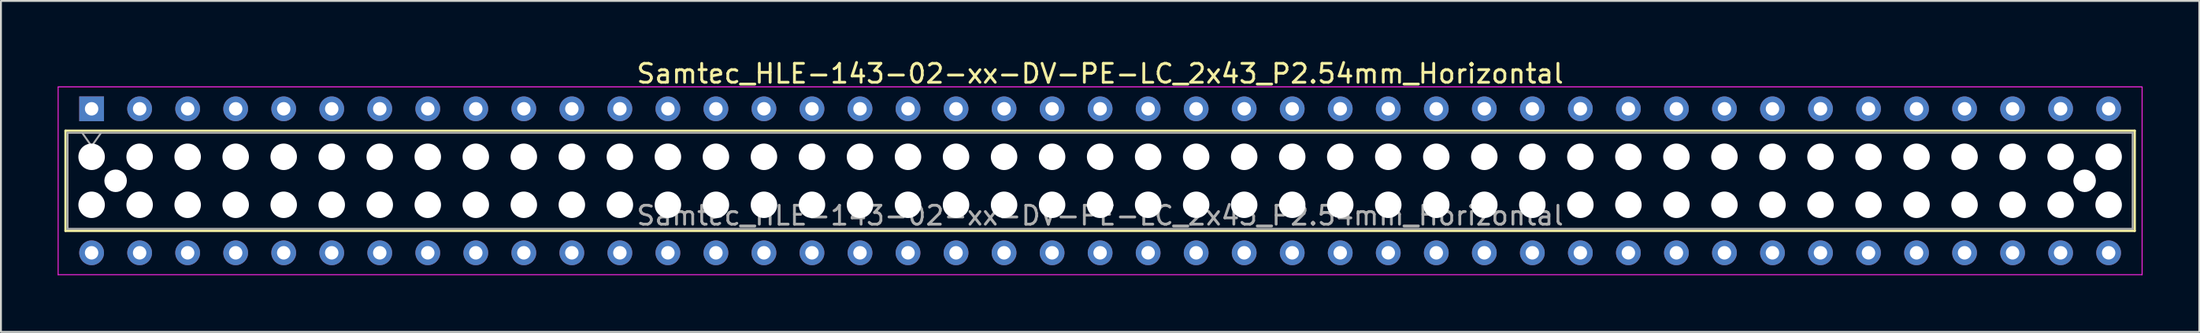
<source format=kicad_pcb>
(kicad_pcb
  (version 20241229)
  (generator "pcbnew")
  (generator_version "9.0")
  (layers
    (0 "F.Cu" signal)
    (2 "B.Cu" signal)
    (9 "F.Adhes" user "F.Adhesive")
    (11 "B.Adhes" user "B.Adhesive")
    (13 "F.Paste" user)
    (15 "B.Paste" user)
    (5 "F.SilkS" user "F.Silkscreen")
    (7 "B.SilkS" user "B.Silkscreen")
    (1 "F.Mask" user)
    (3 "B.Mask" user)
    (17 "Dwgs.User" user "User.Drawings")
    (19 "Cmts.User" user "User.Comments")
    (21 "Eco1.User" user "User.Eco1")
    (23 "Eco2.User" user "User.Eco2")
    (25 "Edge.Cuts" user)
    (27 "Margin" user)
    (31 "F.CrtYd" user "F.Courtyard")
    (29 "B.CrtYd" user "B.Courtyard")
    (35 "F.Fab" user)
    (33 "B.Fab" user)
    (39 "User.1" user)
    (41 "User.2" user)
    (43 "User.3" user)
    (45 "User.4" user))
  (footprint "Samtec_HLE-143-02-xx-DV-PE-LC_2x43_P2.54mm_Horizontal"
    (layer "F.Cu")
    (at 1.795 2.708)
    (property "Reference" "Samtec_HLE-143-02-xx-DV-PE-LC_2x43_P2.54mm_Horizontal" (at 53.34 -1.86 0) (layer "F.SilkS") (effects (font (size 1 1) (thickness 0.15))))
    (attr through_hole)
    (fp_line (start -1.38 1.16) (end 108.06 1.16) (stroke (width 0.12) (type solid)) (layer "F.SilkS"))
    (fp_line (start -1.38 6.46) (end -1.38 1.16) (stroke (width 0.12) (type solid)) (layer "F.SilkS"))
    (fp_line (start 108.06 1.16) (end 108.06 6.46) (stroke (width 0.12) (type solid)) (layer "F.SilkS"))
    (fp_line (start 108.06 6.46) (end -1.38 6.46) (stroke (width 0.12) (type solid)) (layer "F.SilkS"))
    (fp_line (start -1.77 -1.16) (end 108.45 -1.16) (stroke (width 0.05) (type solid)) (layer "F.CrtYd"))
    (fp_line (start -1.77 8.78) (end -1.77 -1.16) (stroke (width 0.05) (type solid)) (layer "F.CrtYd"))
    (fp_line (start 108.45 -1.16) (end 108.45 8.78) (stroke (width 0.05) (type solid)) (layer "F.CrtYd"))
    (fp_line (start 108.45 8.78) (end -1.77 8.78) (stroke (width 0.05) (type solid)) (layer "F.CrtYd"))
    (fp_line (start -1.27 1.27) (end 107.95 1.27) (stroke (width 0.1) (type solid)) (layer "F.Fab"))
    (fp_line (start -1.27 6.35) (end -1.27 1.27) (stroke (width 0.1) (type solid)) (layer "F.Fab"))
    (fp_line (start -0.5 1.27) (end 0 1.977) (stroke (width 0.1) (type solid)) (layer "F.Fab"))
    (fp_line (start 0 1.977) (end 0.5 1.27) (stroke (width 0.1) (type solid)) (layer "F.Fab"))
    (fp_line (start 107.95 1.27) (end 107.95 6.35) (stroke (width 0.1) (type solid)) (layer "F.Fab"))
    (fp_line (start 107.95 6.35) (end -1.27 6.35) (stroke (width 0.1) (type solid)) (layer "F.Fab"))
    (fp_text user "${REFERENCE}" (at 53.34 5.65 0) (layer "F.Fab") (effects (font (size 1 1) (thickness 0.15))))
    (pad "" np_thru_hole circle (at 0 2.54) (size 1.4 1.4) (drill 1.4) (layers "*.Cu" "*.Mask"))
    (pad "" np_thru_hole circle (at 0 5.08) (size 1.4 1.4) (drill 1.4) (layers "*.Cu" "*.Mask"))
    (pad "" np_thru_hole circle (at 1.27 3.81) (size 1.19 1.19) (drill 1.19) (layers "*.Cu" "*.Mask"))
    (pad "" np_thru_hole circle (at 2.54 2.54) (size 1.4 1.4) (drill 1.4) (layers "*.Cu" "*.Mask"))
    (pad "" np_thru_hole circle (at 2.54 5.08) (size 1.4 1.4) (drill 1.4) (layers "*.Cu" "*.Mask"))
    (pad "" np_thru_hole circle (at 5.08 2.54) (size 1.4 1.4) (drill 1.4) (layers "*.Cu" "*.Mask"))
    (pad "" np_thru_hole circle (at 5.08 5.08) (size 1.4 1.4) (drill 1.4) (layers "*.Cu" "*.Mask"))
    (pad "" np_thru_hole circle (at 7.62 2.54) (size 1.4 1.4) (drill 1.4) (layers "*.Cu" "*.Mask"))
    (pad "" np_thru_hole circle (at 7.62 5.08) (size 1.4 1.4) (drill 1.4) (layers "*.Cu" "*.Mask"))
    (pad "" np_thru_hole circle (at 10.16 2.54) (size 1.4 1.4) (drill 1.4) (layers "*.Cu" "*.Mask"))
    (pad "" np_thru_hole circle (at 10.16 5.08) (size 1.4 1.4) (drill 1.4) (layers "*.Cu" "*.Mask"))
    (pad "" np_thru_hole circle (at 12.7 2.54) (size 1.4 1.4) (drill 1.4) (layers "*.Cu" "*.Mask"))
    (pad "" np_thru_hole circle (at 12.7 5.08) (size 1.4 1.4) (drill 1.4) (layers "*.Cu" "*.Mask"))
    (pad "" np_thru_hole circle (at 15.24 2.54) (size 1.4 1.4) (drill 1.4) (layers "*.Cu" "*.Mask"))
    (pad "" np_thru_hole circle (at 15.24 5.08) (size 1.4 1.4) (drill 1.4) (layers "*.Cu" "*.Mask"))
    (pad "" np_thru_hole circle (at 17.78 2.54) (size 1.4 1.4) (drill 1.4) (layers "*.Cu" "*.Mask"))
    (pad "" np_thru_hole circle (at 17.78 5.08) (size 1.4 1.4) (drill 1.4) (layers "*.Cu" "*.Mask"))
    (pad "" np_thru_hole circle (at 20.32 2.54) (size 1.4 1.4) (drill 1.4) (layers "*.Cu" "*.Mask"))
    (pad "" np_thru_hole circle (at 20.32 5.08) (size 1.4 1.4) (drill 1.4) (layers "*.Cu" "*.Mask"))
    (pad "" np_thru_hole circle (at 22.86 2.54) (size 1.4 1.4) (drill 1.4) (layers "*.Cu" "*.Mask"))
    (pad "" np_thru_hole circle (at 22.86 5.08) (size 1.4 1.4) (drill 1.4) (layers "*.Cu" "*.Mask"))
    (pad "" np_thru_hole circle (at 25.4 2.54) (size 1.4 1.4) (drill 1.4) (layers "*.Cu" "*.Mask"))
    (pad "" np_thru_hole circle (at 25.4 5.08) (size 1.4 1.4) (drill 1.4) (layers "*.Cu" "*.Mask"))
    (pad "" np_thru_hole circle (at 27.94 2.54) (size 1.4 1.4) (drill 1.4) (layers "*.Cu" "*.Mask"))
    (pad "" np_thru_hole circle (at 27.94 5.08) (size 1.4 1.4) (drill 1.4) (layers "*.Cu" "*.Mask"))
    (pad "" np_thru_hole circle (at 30.48 2.54) (size 1.4 1.4) (drill 1.4) (layers "*.Cu" "*.Mask"))
    (pad "" np_thru_hole circle (at 30.48 5.08) (size 1.4 1.4) (drill 1.4) (layers "*.Cu" "*.Mask"))
    (pad "" np_thru_hole circle (at 33.02 2.54) (size 1.4 1.4) (drill 1.4) (layers "*.Cu" "*.Mask"))
    (pad "" np_thru_hole circle (at 33.02 5.08) (size 1.4 1.4) (drill 1.4) (layers "*.Cu" "*.Mask"))
    (pad "" np_thru_hole circle (at 35.56 2.54) (size 1.4 1.4) (drill 1.4) (layers "*.Cu" "*.Mask"))
    (pad "" np_thru_hole circle (at 35.56 5.08) (size 1.4 1.4) (drill 1.4) (layers "*.Cu" "*.Mask"))
    (pad "" np_thru_hole circle (at 38.1 2.54) (size 1.4 1.4) (drill 1.4) (layers "*.Cu" "*.Mask"))
    (pad "" np_thru_hole circle (at 38.1 5.08) (size 1.4 1.4) (drill 1.4) (layers "*.Cu" "*.Mask"))
    (pad "" np_thru_hole circle (at 40.64 2.54) (size 1.4 1.4) (drill 1.4) (layers "*.Cu" "*.Mask"))
    (pad "" np_thru_hole circle (at 40.64 5.08) (size 1.4 1.4) (drill 1.4) (layers "*.Cu" "*.Mask"))
    (pad "" np_thru_hole circle (at 43.18 2.54) (size 1.4 1.4) (drill 1.4) (layers "*.Cu" "*.Mask"))
    (pad "" np_thru_hole circle (at 43.18 5.08) (size 1.4 1.4) (drill 1.4) (layers "*.Cu" "*.Mask"))
    (pad "" np_thru_hole circle (at 45.72 2.54) (size 1.4 1.4) (drill 1.4) (layers "*.Cu" "*.Mask"))
    (pad "" np_thru_hole circle (at 45.72 5.08) (size 1.4 1.4) (drill 1.4) (layers "*.Cu" "*.Mask"))
    (pad "" np_thru_hole circle (at 48.26 2.54) (size 1.4 1.4) (drill 1.4) (layers "*.Cu" "*.Mask"))
    (pad "" np_thru_hole circle (at 48.26 5.08) (size 1.4 1.4) (drill 1.4) (layers "*.Cu" "*.Mask"))
    (pad "" np_thru_hole circle (at 50.8 2.54) (size 1.4 1.4) (drill 1.4) (layers "*.Cu" "*.Mask"))
    (pad "" np_thru_hole circle (at 50.8 5.08) (size 1.4 1.4) (drill 1.4) (layers "*.Cu" "*.Mask"))
    (pad "" np_thru_hole circle (at 53.34 2.54) (size 1.4 1.4) (drill 1.4) (layers "*.Cu" "*.Mask"))
    (pad "" np_thru_hole circle (at 53.34 5.08) (size 1.4 1.4) (drill 1.4) (layers "*.Cu" "*.Mask"))
    (pad "" np_thru_hole circle (at 55.88 2.54) (size 1.4 1.4) (drill 1.4) (layers "*.Cu" "*.Mask"))
    (pad "" np_thru_hole circle (at 55.88 5.08) (size 1.4 1.4) (drill 1.4) (layers "*.Cu" "*.Mask"))
    (pad "" np_thru_hole circle (at 58.42 2.54) (size 1.4 1.4) (drill 1.4) (layers "*.Cu" "*.Mask"))
    (pad "" np_thru_hole circle (at 58.42 5.08) (size 1.4 1.4) (drill 1.4) (layers "*.Cu" "*.Mask"))
    (pad "" np_thru_hole circle (at 60.96 2.54) (size 1.4 1.4) (drill 1.4) (layers "*.Cu" "*.Mask"))
    (pad "" np_thru_hole circle (at 60.96 5.08) (size 1.4 1.4) (drill 1.4) (layers "*.Cu" "*.Mask"))
    (pad "" np_thru_hole circle (at 63.5 2.54) (size 1.4 1.4) (drill 1.4) (layers "*.Cu" "*.Mask"))
    (pad "" np_thru_hole circle (at 63.5 5.08) (size 1.4 1.4) (drill 1.4) (layers "*.Cu" "*.Mask"))
    (pad "" np_thru_hole circle (at 66.04 2.54) (size 1.4 1.4) (drill 1.4) (layers "*.Cu" "*.Mask"))
    (pad "" np_thru_hole circle (at 66.04 5.08) (size 1.4 1.4) (drill 1.4) (layers "*.Cu" "*.Mask"))
    (pad "" np_thru_hole circle (at 68.58 2.54) (size 1.4 1.4) (drill 1.4) (layers "*.Cu" "*.Mask"))
    (pad "" np_thru_hole circle (at 68.58 5.08) (size 1.4 1.4) (drill 1.4) (layers "*.Cu" "*.Mask"))
    (pad "" np_thru_hole circle (at 71.12 2.54) (size 1.4 1.4) (drill 1.4) (layers "*.Cu" "*.Mask"))
    (pad "" np_thru_hole circle (at 71.12 5.08) (size 1.4 1.4) (drill 1.4) (layers "*.Cu" "*.Mask"))
    (pad "" np_thru_hole circle (at 73.66 2.54) (size 1.4 1.4) (drill 1.4) (layers "*.Cu" "*.Mask"))
    (pad "" np_thru_hole circle (at 73.66 5.08) (size 1.4 1.4) (drill 1.4) (layers "*.Cu" "*.Mask"))
    (pad "" np_thru_hole circle (at 76.2 2.54) (size 1.4 1.4) (drill 1.4) (layers "*.Cu" "*.Mask"))
    (pad "" np_thru_hole circle (at 76.2 5.08) (size 1.4 1.4) (drill 1.4) (layers "*.Cu" "*.Mask"))
    (pad "" np_thru_hole circle (at 78.74 2.54) (size 1.4 1.4) (drill 1.4) (layers "*.Cu" "*.Mask"))
    (pad "" np_thru_hole circle (at 78.74 5.08) (size 1.4 1.4) (drill 1.4) (layers "*.Cu" "*.Mask"))
    (pad "" np_thru_hole circle (at 81.28 2.54) (size 1.4 1.4) (drill 1.4) (layers "*.Cu" "*.Mask"))
    (pad "" np_thru_hole circle (at 81.28 5.08) (size 1.4 1.4) (drill 1.4) (layers "*.Cu" "*.Mask"))
    (pad "" np_thru_hole circle (at 83.82 2.54) (size 1.4 1.4) (drill 1.4) (layers "*.Cu" "*.Mask"))
    (pad "" np_thru_hole circle (at 83.82 5.08) (size 1.4 1.4) (drill 1.4) (layers "*.Cu" "*.Mask"))
    (pad "" np_thru_hole circle (at 86.36 2.54) (size 1.4 1.4) (drill 1.4) (layers "*.Cu" "*.Mask"))
    (pad "" np_thru_hole circle (at 86.36 5.08) (size 1.4 1.4) (drill 1.4) (layers "*.Cu" "*.Mask"))
    (pad "" np_thru_hole circle (at 88.9 2.54) (size 1.4 1.4) (drill 1.4) (layers "*.Cu" "*.Mask"))
    (pad "" np_thru_hole circle (at 88.9 5.08) (size 1.4 1.4) (drill 1.4) (layers "*.Cu" "*.Mask"))
    (pad "" np_thru_hole circle (at 91.44 2.54) (size 1.4 1.4) (drill 1.4) (layers "*.Cu" "*.Mask"))
    (pad "" np_thru_hole circle (at 91.44 5.08) (size 1.4 1.4) (drill 1.4) (layers "*.Cu" "*.Mask"))
    (pad "" np_thru_hole circle (at 93.98 2.54) (size 1.4 1.4) (drill 1.4) (layers "*.Cu" "*.Mask"))
    (pad "" np_thru_hole circle (at 93.98 5.08) (size 1.4 1.4) (drill 1.4) (layers "*.Cu" "*.Mask"))
    (pad "" np_thru_hole circle (at 96.52 2.54) (size 1.4 1.4) (drill 1.4) (layers "*.Cu" "*.Mask"))
    (pad "" np_thru_hole circle (at 96.52 5.08) (size 1.4 1.4) (drill 1.4) (layers "*.Cu" "*.Mask"))
    (pad "" np_thru_hole circle (at 99.06 2.54) (size 1.4 1.4) (drill 1.4) (layers "*.Cu" "*.Mask"))
    (pad "" np_thru_hole circle (at 99.06 5.08) (size 1.4 1.4) (drill 1.4) (layers "*.Cu" "*.Mask"))
    (pad "" np_thru_hole circle (at 101.6 2.54) (size 1.4 1.4) (drill 1.4) (layers "*.Cu" "*.Mask"))
    (pad "" np_thru_hole circle (at 101.6 5.08) (size 1.4 1.4) (drill 1.4) (layers "*.Cu" "*.Mask"))
    (pad "" np_thru_hole circle (at 104.14 2.54) (size 1.4 1.4) (drill 1.4) (layers "*.Cu" "*.Mask"))
    (pad "" np_thru_hole circle (at 104.14 5.08) (size 1.4 1.4) (drill 1.4) (layers "*.Cu" "*.Mask"))
    (pad "" np_thru_hole circle (at 105.41 3.81) (size 1.19 1.19) (drill 1.19) (layers "*.Cu" "*.Mask"))
    (pad "" np_thru_hole circle (at 106.68 2.54) (size 1.4 1.4) (drill 1.4) (layers "*.Cu" "*.Mask"))
    (pad "" np_thru_hole circle (at 106.68 5.08) (size 1.4 1.4) (drill 1.4) (layers "*.Cu" "*.Mask"))
    (pad "1" thru_hole rect (at 0 0) (size 1.31 1.31) (drill 0.71) (layers "*.Cu" "*.Mask"))
    (pad "2" thru_hole circle (at 0 7.62) (size 1.31 1.31) (drill 0.71) (layers "*.Cu" "*.Mask"))
    (pad "3" thru_hole circle (at 2.54 0) (size 1.31 1.31) (drill 0.71) (layers "*.Cu" "*.Mask"))
    (pad "4" thru_hole circle (at 2.54 7.62) (size 1.31 1.31) (drill 0.71) (layers "*.Cu" "*.Mask"))
    (pad "5" thru_hole circle (at 5.08 0) (size 1.31 1.31) (drill 0.71) (layers "*.Cu" "*.Mask"))
    (pad "6" thru_hole circle (at 5.08 7.62) (size 1.31 1.31) (drill 0.71) (layers "*.Cu" "*.Mask"))
    (pad "7" thru_hole circle (at 7.62 0) (size 1.31 1.31) (drill 0.71) (layers "*.Cu" "*.Mask"))
    (pad "8" thru_hole circle (at 7.62 7.62) (size 1.31 1.31) (drill 0.71) (layers "*.Cu" "*.Mask"))
    (pad "9" thru_hole circle (at 10.16 0) (size 1.31 1.31) (drill 0.71) (layers "*.Cu" "*.Mask"))
    (pad "10" thru_hole circle (at 10.16 7.62) (size 1.31 1.31) (drill 0.71) (layers "*.Cu" "*.Mask"))
    (pad "11" thru_hole circle (at 12.7 0) (size 1.31 1.31) (drill 0.71) (layers "*.Cu" "*.Mask"))
    (pad "12" thru_hole circle (at 12.7 7.62) (size 1.31 1.31) (drill 0.71) (layers "*.Cu" "*.Mask"))
    (pad "13" thru_hole circle (at 15.24 0) (size 1.31 1.31) (drill 0.71) (layers "*.Cu" "*.Mask"))
    (pad "14" thru_hole circle (at 15.24 7.62) (size 1.31 1.31) (drill 0.71) (layers "*.Cu" "*.Mask"))
    (pad "15" thru_hole circle (at 17.78 0) (size 1.31 1.31) (drill 0.71) (layers "*.Cu" "*.Mask"))
    (pad "16" thru_hole circle (at 17.78 7.62) (size 1.31 1.31) (drill 0.71) (layers "*.Cu" "*.Mask"))
    (pad "17" thru_hole circle (at 20.32 0) (size 1.31 1.31) (drill 0.71) (layers "*.Cu" "*.Mask"))
    (pad "18" thru_hole circle (at 20.32 7.62) (size 1.31 1.31) (drill 0.71) (layers "*.Cu" "*.Mask"))
    (pad "19" thru_hole circle (at 22.86 0) (size 1.31 1.31) (drill 0.71) (layers "*.Cu" "*.Mask"))
    (pad "20" thru_hole circle (at 22.86 7.62) (size 1.31 1.31) (drill 0.71) (layers "*.Cu" "*.Mask"))
    (pad "21" thru_hole circle (at 25.4 0) (size 1.31 1.31) (drill 0.71) (layers "*.Cu" "*.Mask"))
    (pad "22" thru_hole circle (at 25.4 7.62) (size 1.31 1.31) (drill 0.71) (layers "*.Cu" "*.Mask"))
    (pad "23" thru_hole circle (at 27.94 0) (size 1.31 1.31) (drill 0.71) (layers "*.Cu" "*.Mask"))
    (pad "24" thru_hole circle (at 27.94 7.62) (size 1.31 1.31) (drill 0.71) (layers "*.Cu" "*.Mask"))
    (pad "25" thru_hole circle (at 30.48 0) (size 1.31 1.31) (drill 0.71) (layers "*.Cu" "*.Mask"))
    (pad "26" thru_hole circle (at 30.48 7.62) (size 1.31 1.31) (drill 0.71) (layers "*.Cu" "*.Mask"))
    (pad "27" thru_hole circle (at 33.02 0) (size 1.31 1.31) (drill 0.71) (layers "*.Cu" "*.Mask"))
    (pad "28" thru_hole circle (at 33.02 7.62) (size 1.31 1.31) (drill 0.71) (layers "*.Cu" "*.Mask"))
    (pad "29" thru_hole circle (at 35.56 0) (size 1.31 1.31) (drill 0.71) (layers "*.Cu" "*.Mask"))
    (pad "30" thru_hole circle (at 35.56 7.62) (size 1.31 1.31) (drill 0.71) (layers "*.Cu" "*.Mask"))
    (pad "31" thru_hole circle (at 38.1 0) (size 1.31 1.31) (drill 0.71) (layers "*.Cu" "*.Mask"))
    (pad "32" thru_hole circle (at 38.1 7.62) (size 1.31 1.31) (drill 0.71) (layers "*.Cu" "*.Mask"))
    (pad "33" thru_hole circle (at 40.64 0) (size 1.31 1.31) (drill 0.71) (layers "*.Cu" "*.Mask"))
    (pad "34" thru_hole circle (at 40.64 7.62) (size 1.31 1.31) (drill 0.71) (layers "*.Cu" "*.Mask"))
    (pad "35" thru_hole circle (at 43.18 0) (size 1.31 1.31) (drill 0.71) (layers "*.Cu" "*.Mask"))
    (pad "36" thru_hole circle (at 43.18 7.62) (size 1.31 1.31) (drill 0.71) (layers "*.Cu" "*.Mask"))
    (pad "37" thru_hole circle (at 45.72 0) (size 1.31 1.31) (drill 0.71) (layers "*.Cu" "*.Mask"))
    (pad "38" thru_hole circle (at 45.72 7.62) (size 1.31 1.31) (drill 0.71) (layers "*.Cu" "*.Mask"))
    (pad "39" thru_hole circle (at 48.26 0) (size 1.31 1.31) (drill 0.71) (layers "*.Cu" "*.Mask"))
    (pad "40" thru_hole circle (at 48.26 7.62) (size 1.31 1.31) (drill 0.71) (layers "*.Cu" "*.Mask"))
    (pad "41" thru_hole circle (at 50.8 0) (size 1.31 1.31) (drill 0.71) (layers "*.Cu" "*.Mask"))
    (pad "42" thru_hole circle (at 50.8 7.62) (size 1.31 1.31) (drill 0.71) (layers "*.Cu" "*.Mask"))
    (pad "43" thru_hole circle (at 53.34 0) (size 1.31 1.31) (drill 0.71) (layers "*.Cu" "*.Mask"))
    (pad "44" thru_hole circle (at 53.34 7.62) (size 1.31 1.31) (drill 0.71) (layers "*.Cu" "*.Mask"))
    (pad "45" thru_hole circle (at 55.88 0) (size 1.31 1.31) (drill 0.71) (layers "*.Cu" "*.Mask"))
    (pad "46" thru_hole circle (at 55.88 7.62) (size 1.31 1.31) (drill 0.71) (layers "*.Cu" "*.Mask"))
    (pad "47" thru_hole circle (at 58.42 0) (size 1.31 1.31) (drill 0.71) (layers "*.Cu" "*.Mask"))
    (pad "48" thru_hole circle (at 58.42 7.62) (size 1.31 1.31) (drill 0.71) (layers "*.Cu" "*.Mask"))
    (pad "49" thru_hole circle (at 60.96 0) (size 1.31 1.31) (drill 0.71) (layers "*.Cu" "*.Mask"))
    (pad "50" thru_hole circle (at 60.96 7.62) (size 1.31 1.31) (drill 0.71) (layers "*.Cu" "*.Mask"))
    (pad "51" thru_hole circle (at 63.5 0) (size 1.31 1.31) (drill 0.71) (layers "*.Cu" "*.Mask"))
    (pad "52" thru_hole circle (at 63.5 7.62) (size 1.31 1.31) (drill 0.71) (layers "*.Cu" "*.Mask"))
    (pad "53" thru_hole circle (at 66.04 0) (size 1.31 1.31) (drill 0.71) (layers "*.Cu" "*.Mask"))
    (pad "54" thru_hole circle (at 66.04 7.62) (size 1.31 1.31) (drill 0.71) (layers "*.Cu" "*.Mask"))
    (pad "55" thru_hole circle (at 68.58 0) (size 1.31 1.31) (drill 0.71) (layers "*.Cu" "*.Mask"))
    (pad "56" thru_hole circle (at 68.58 7.62) (size 1.31 1.31) (drill 0.71) (layers "*.Cu" "*.Mask"))
    (pad "57" thru_hole circle (at 71.12 0) (size 1.31 1.31) (drill 0.71) (layers "*.Cu" "*.Mask"))
    (pad "58" thru_hole circle (at 71.12 7.62) (size 1.31 1.31) (drill 0.71) (layers "*.Cu" "*.Mask"))
    (pad "59" thru_hole circle (at 73.66 0) (size 1.31 1.31) (drill 0.71) (layers "*.Cu" "*.Mask"))
    (pad "60" thru_hole circle (at 73.66 7.62) (size 1.31 1.31) (drill 0.71) (layers "*.Cu" "*.Mask"))
    (pad "61" thru_hole circle (at 76.2 0) (size 1.31 1.31) (drill 0.71) (layers "*.Cu" "*.Mask"))
    (pad "62" thru_hole circle (at 76.2 7.62) (size 1.31 1.31) (drill 0.71) (layers "*.Cu" "*.Mask"))
    (pad "63" thru_hole circle (at 78.74 0) (size 1.31 1.31) (drill 0.71) (layers "*.Cu" "*.Mask"))
    (pad "64" thru_hole circle (at 78.74 7.62) (size 1.31 1.31) (drill 0.71) (layers "*.Cu" "*.Mask"))
    (pad "65" thru_hole circle (at 81.28 0) (size 1.31 1.31) (drill 0.71) (layers "*.Cu" "*.Mask"))
    (pad "66" thru_hole circle (at 81.28 7.62) (size 1.31 1.31) (drill 0.71) (layers "*.Cu" "*.Mask"))
    (pad "67" thru_hole circle (at 83.82 0) (size 1.31 1.31) (drill 0.71) (layers "*.Cu" "*.Mask"))
    (pad "68" thru_hole circle (at 83.82 7.62) (size 1.31 1.31) (drill 0.71) (layers "*.Cu" "*.Mask"))
    (pad "69" thru_hole circle (at 86.36 0) (size 1.31 1.31) (drill 0.71) (layers "*.Cu" "*.Mask"))
    (pad "70" thru_hole circle (at 86.36 7.62) (size 1.31 1.31) (drill 0.71) (layers "*.Cu" "*.Mask"))
    (pad "71" thru_hole circle (at 88.9 0) (size 1.31 1.31) (drill 0.71) (layers "*.Cu" "*.Mask"))
    (pad "72" thru_hole circle (at 88.9 7.62) (size 1.31 1.31) (drill 0.71) (layers "*.Cu" "*.Mask"))
    (pad "73" thru_hole circle (at 91.44 0) (size 1.31 1.31) (drill 0.71) (layers "*.Cu" "*.Mask"))
    (pad "74" thru_hole circle (at 91.44 7.62) (size 1.31 1.31) (drill 0.71) (layers "*.Cu" "*.Mask"))
    (pad "75" thru_hole circle (at 93.98 0) (size 1.31 1.31) (drill 0.71) (layers "*.Cu" "*.Mask"))
    (pad "76" thru_hole circle (at 93.98 7.62) (size 1.31 1.31) (drill 0.71) (layers "*.Cu" "*.Mask"))
    (pad "77" thru_hole circle (at 96.52 0) (size 1.31 1.31) (drill 0.71) (layers "*.Cu" "*.Mask"))
    (pad "78" thru_hole circle (at 96.52 7.62) (size 1.31 1.31) (drill 0.71) (layers "*.Cu" "*.Mask"))
    (pad "79" thru_hole circle (at 99.06 0) (size 1.31 1.31) (drill 0.71) (layers "*.Cu" "*.Mask"))
    (pad "80" thru_hole circle (at 99.06 7.62) (size 1.31 1.31) (drill 0.71) (layers "*.Cu" "*.Mask"))
    (pad "81" thru_hole circle (at 101.6 0) (size 1.31 1.31) (drill 0.71) (layers "*.Cu" "*.Mask"))
    (pad "82" thru_hole circle (at 101.6 7.62) (size 1.31 1.31) (drill 0.71) (layers "*.Cu" "*.Mask"))
    (pad "83" thru_hole circle (at 104.14 0) (size 1.31 1.31) (drill 0.71) (layers "*.Cu" "*.Mask"))
    (pad "84" thru_hole circle (at 104.14 7.62) (size 1.31 1.31) (drill 0.71) (layers "*.Cu" "*.Mask"))
    (pad "85" thru_hole circle (at 106.68 0) (size 1.31 1.31) (drill 0.71) (layers "*.Cu" "*.Mask"))
    (pad "86" thru_hole circle (at 106.68 7.62) (size 1.31 1.31) (drill 0.71) (layers "*.Cu" "*.Mask")))
  (gr_rect
    (start -3 -3)
    (end 113.27 14.513)
    (stroke (width 0.1) (type default))
    (fill no)
    (layer "Edge.Cuts")))
</source>
